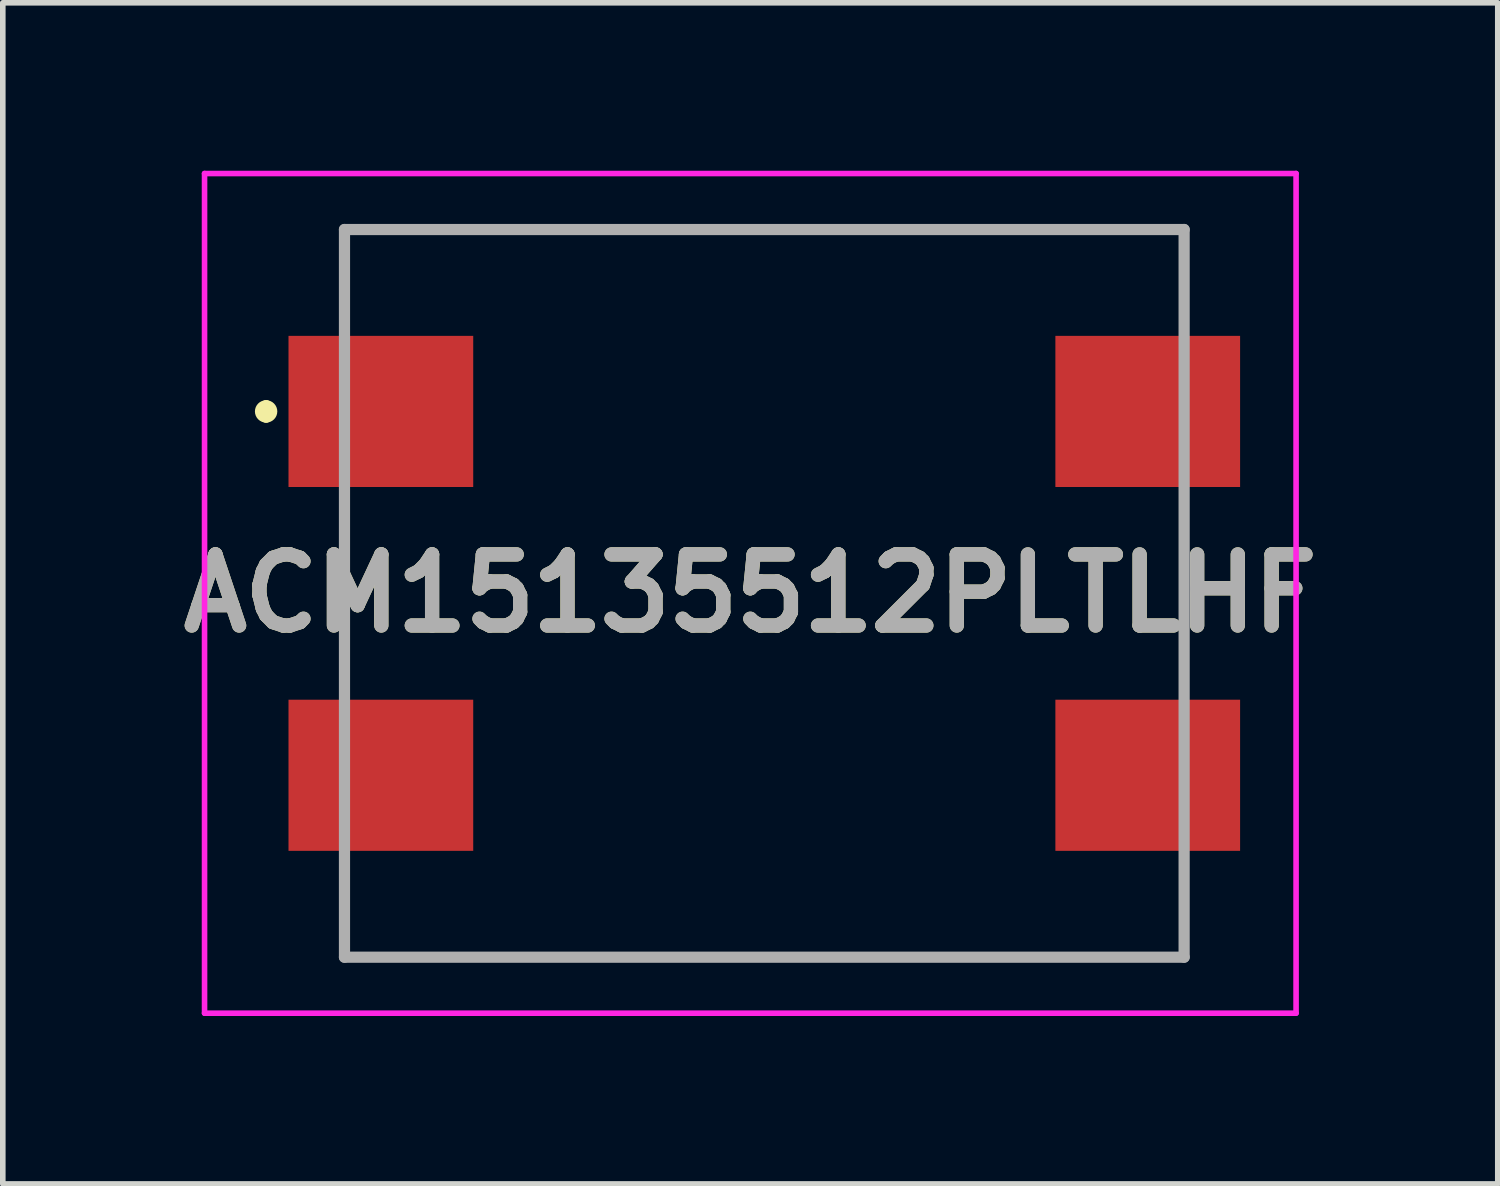
<source format=kicad_pcb>
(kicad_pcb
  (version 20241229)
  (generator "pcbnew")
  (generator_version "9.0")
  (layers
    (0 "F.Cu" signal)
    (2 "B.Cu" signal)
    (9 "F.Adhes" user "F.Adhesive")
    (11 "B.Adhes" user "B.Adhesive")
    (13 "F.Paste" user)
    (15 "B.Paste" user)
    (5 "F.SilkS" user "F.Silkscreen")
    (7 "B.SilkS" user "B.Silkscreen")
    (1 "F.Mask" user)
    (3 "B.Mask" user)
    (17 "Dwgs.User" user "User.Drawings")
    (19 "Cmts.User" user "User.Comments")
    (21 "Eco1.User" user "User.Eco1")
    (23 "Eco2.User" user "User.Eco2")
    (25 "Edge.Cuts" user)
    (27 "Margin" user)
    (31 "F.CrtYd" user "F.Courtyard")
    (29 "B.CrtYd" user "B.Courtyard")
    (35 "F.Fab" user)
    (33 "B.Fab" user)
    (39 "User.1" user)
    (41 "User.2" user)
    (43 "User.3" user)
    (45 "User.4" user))
  (footprint "ACM15135512PLTLHF"
    (layer "F.Cu")
    (at 10.604 7.55)
    (property "Reference" "ACM15135512PLTLHF" (at -0.25 0 0) (layer "F.SilkS") (effects (font (size 1.27 1.27) (thickness 0.254))))
    (attr smd)
    (fp_line (start -8.9 -3.35) (end -8.9 -3.35) (stroke (width 0.2) (type solid)) (layer "F.SilkS"))
    (fp_line (start -8.9 -3.15) (end -8.9 -3.15) (stroke (width 0.2) (type solid)) (layer "F.SilkS"))
    (fp_line (start -7.5 -6.5) (end 7.5 -6.5) (stroke (width 0.1) (type solid)) (layer "F.SilkS"))
    (fp_line (start -7.5 -6) (end -7.5 -6.5) (stroke (width 0.1) (type solid)) (layer "F.SilkS"))
    (fp_line (start -7.5 6) (end -7.5 6.5) (stroke (width 0.1) (type solid)) (layer "F.SilkS"))
    (fp_line (start -7.5 6.5) (end 7.5 6.5) (stroke (width 0.1) (type solid)) (layer "F.SilkS"))
    (fp_line (start 7.5 -6.5) (end 7.5 -6) (stroke (width 0.1) (type solid)) (layer "F.SilkS"))
    (fp_line (start 7.5 6.5) (end 7.5 6) (stroke (width 0.1) (type solid)) (layer "F.SilkS"))
    (fp_arc (start -8.9 -3.35) (mid -8.8 -3.25) (end -8.9 -3.15) (stroke (width 0.2) (type solid)) (layer "F.SilkS"))
    (fp_arc (start -8.9 -3.15) (mid -9 -3.25) (end -8.9 -3.35) (stroke (width 0.2) (type solid)) (layer "F.SilkS"))
    (fp_line (start -10 -7.5) (end 9.5 -7.5) (stroke (width 0.1) (type solid)) (layer "F.CrtYd"))
    (fp_line (start -10 7.5) (end -10 -7.5) (stroke (width 0.1) (type solid)) (layer "F.CrtYd"))
    (fp_line (start 9.5 -7.5) (end 9.5 7.5) (stroke (width 0.1) (type solid)) (layer "F.CrtYd"))
    (fp_line (start 9.5 7.5) (end -10 7.5) (stroke (width 0.1) (type solid)) (layer "F.CrtYd"))
    (fp_line (start -7.5 -6.5) (end 7.5 -6.5) (stroke (width 0.2) (type solid)) (layer "F.Fab"))
    (fp_line (start -7.5 6.5) (end -7.5 -6.5) (stroke (width 0.2) (type solid)) (layer "F.Fab"))
    (fp_line (start 7.5 -6.5) (end 7.5 6.5) (stroke (width 0.2) (type solid)) (layer "F.Fab"))
    (fp_line (start 7.5 6.5) (end -7.5 6.5) (stroke (width 0.2) (type solid)) (layer "F.Fab"))
    (fp_text user "${REFERENCE}" (at -0.25 0 0) (layer "F.Fab") (effects (font (size 1.27 1.27) (thickness 0.254))))
    (pad "1" smd rect (at -6.85 -3.25 90) (size 2.7 3.3) (layers "F.Cu" "F.Mask" "F.Paste"))
    (pad "2" smd rect (at -6.85 3.25 90) (size 2.7 3.3) (layers "F.Cu" "F.Mask" "F.Paste"))
    (pad "3" smd rect (at 6.85 3.25 90) (size 2.7 3.3) (layers "F.Cu" "F.Mask" "F.Paste"))
    (pad "4" smd rect (at 6.85 -3.25 90) (size 2.7 3.3) (layers "F.Cu" "F.Mask" "F.Paste")))
  (gr_rect
    (start -3 -3)
    (end 23.707 18.1)
    (stroke (width 0.1) (type default))
    (fill no)
    (layer "Edge.Cuts")))
</source>
